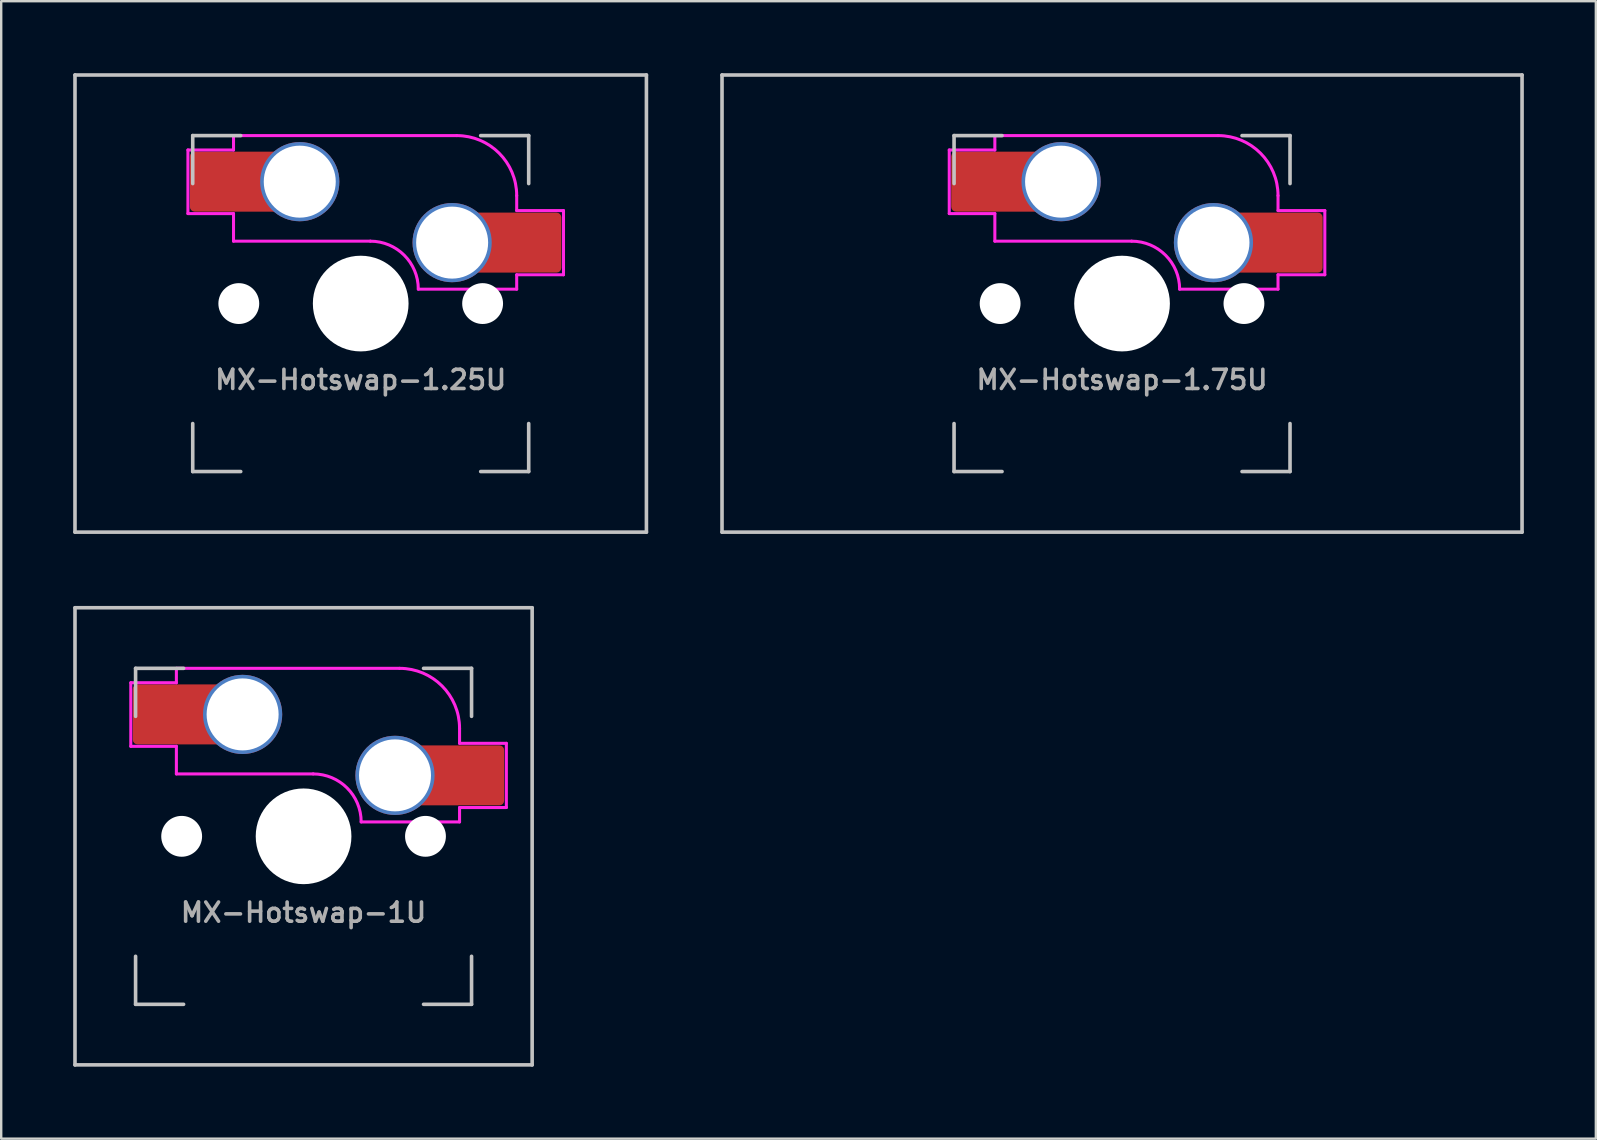
<source format=kicad_pcb>
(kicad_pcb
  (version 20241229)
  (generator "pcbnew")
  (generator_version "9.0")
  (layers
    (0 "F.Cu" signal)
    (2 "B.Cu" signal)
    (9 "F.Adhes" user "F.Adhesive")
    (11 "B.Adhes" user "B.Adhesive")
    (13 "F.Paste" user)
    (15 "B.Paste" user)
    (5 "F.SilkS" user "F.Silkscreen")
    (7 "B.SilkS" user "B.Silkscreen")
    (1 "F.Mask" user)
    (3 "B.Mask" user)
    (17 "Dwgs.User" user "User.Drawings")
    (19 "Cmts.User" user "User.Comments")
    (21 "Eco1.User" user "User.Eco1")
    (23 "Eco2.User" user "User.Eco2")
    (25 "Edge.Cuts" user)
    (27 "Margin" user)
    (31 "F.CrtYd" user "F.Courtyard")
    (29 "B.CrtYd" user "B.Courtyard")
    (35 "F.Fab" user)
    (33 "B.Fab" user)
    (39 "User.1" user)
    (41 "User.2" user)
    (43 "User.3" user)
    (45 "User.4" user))
  (footprint "MX-Hotswap-1.75U"
    (layer "F.Cu")
    (at 43.706 9.6)
    (property "Reference" "MX-Hotswap-1.75U" (at 0 3.175 0) (layer "F.Fab") (effects (font (size 0.8 0.8) (thickness 0.15))))
    (attr smd)
    (fp_line (start -16.669 9.525) (end -16.669 -9.525) (stroke (width 0.15) (type solid)) (layer "Dwgs.User"))
    (fp_line (start -7 -7) (end -5 -7) (stroke (width 0.15) (type solid)) (layer "Dwgs.User"))
    (fp_line (start -7 -5) (end -7 -7) (stroke (width 0.15) (type solid)) (layer "Dwgs.User"))
    (fp_line (start -7 5) (end -7 7) (stroke (width 0.15) (type solid)) (layer "Dwgs.User"))
    (fp_line (start -7 7) (end -5 7) (stroke (width 0.15) (type solid)) (layer "Dwgs.User"))
    (fp_line (start 5 7) (end 7 7) (stroke (width 0.15) (type solid)) (layer "Dwgs.User"))
    (fp_line (start 7 -7) (end 5 -7) (stroke (width 0.15) (type solid)) (layer "Dwgs.User"))
    (fp_line (start 7 -5) (end 7 -7) (stroke (width 0.15) (type solid)) (layer "Dwgs.User"))
    (fp_line (start 7 7) (end 7 5) (stroke (width 0.15) (type solid)) (layer "Dwgs.User"))
    (fp_line (start 16.669 -9.525) (end -16.669 -9.525) (stroke (width 0.15) (type solid)) (layer "Dwgs.User"))
    (fp_line (start 16.669 9.525) (end -16.669 9.525) (stroke (width 0.15) (type solid)) (layer "Dwgs.User"))
    (fp_line (start 16.669 9.525) (end 16.669 -9.525) (stroke (width 0.15) (type solid)) (layer "Dwgs.User"))
    (fp_line (start -7.2 -6.4) (end -5.3 -6.4) (stroke (width 0.127) (type solid)) (layer "F.CrtYd"))
    (fp_line (start -7.2 -3.75) (end -7.2 -6.4) (stroke (width 0.127) (type solid)) (layer "F.CrtYd"))
    (fp_line (start -5.3 -6.4) (end -5.3 -7) (stroke (width 0.127) (type solid)) (layer "F.CrtYd"))
    (fp_line (start -5.3 -3.75) (end -7.2 -3.75) (stroke (width 0.127) (type solid)) (layer "F.CrtYd"))
    (fp_line (start -5.3 -3.75) (end -5.3 -2.6) (stroke (width 0.127) (type solid)) (layer "F.CrtYd"))
    (fp_line (start -5.3 -2.6) (end 0.4 -2.6) (stroke (width 0.127) (type solid)) (layer "F.CrtYd"))
    (fp_line (start 2.4 -0.6) (end 6.5 -0.6) (stroke (width 0.127) (type solid)) (layer "F.CrtYd"))
    (fp_line (start 4 -7) (end -5.3 -7) (stroke (width 0.127) (type solid)) (layer "F.CrtYd"))
    (fp_line (start 6.5 -3.875) (end 6.5 -4.5) (stroke (width 0.127) (type solid)) (layer "F.CrtYd"))
    (fp_line (start 6.5 -1.2) (end 6.5 -0.6) (stroke (width 0.127) (type solid)) (layer "F.CrtYd"))
    (fp_line (start 6.5 -1.2) (end 8.45 -1.2) (stroke (width 0.127) (type solid)) (layer "F.CrtYd"))
    (fp_line (start 8.45 -3.875) (end 6.5 -3.875) (stroke (width 0.127) (type solid)) (layer "F.CrtYd"))
    (fp_line (start 8.45 -1.2) (end 8.45 -3.875) (stroke (width 0.127) (type solid)) (layer "F.CrtYd"))
    (fp_arc (start 0.4 -2.6) (mid 1.814214 -2.014214) (end 2.4 -0.6) (stroke (width 0.127) (type solid)) (layer "F.CrtYd"))
    (fp_arc (start 4 -7) (mid 5.767767 -6.267767) (end 6.5 -4.5) (stroke (width 0.127) (type solid)) (layer "F.CrtYd"))
    (pad "" np_thru_hole circle (at -5.08 0 311.901) (size 1.702 1.702) (drill 1.702) (layers "*.Cu" "*.Mask"))
    (pad "" np_thru_hole circle (at 0 0) (size 3.988 3.988) (drill 3.988) (layers "*.Cu" "*.Mask"))
    (pad "" np_thru_hole circle (at 5.08 0 311.901) (size 1.702 1.702) (drill 1.702) (layers "*.Cu" "*.Mask"))
    (pad "1" thru_hole circle (at 3.81 -2.54) (size 3.3 3.3) (drill 3) (layers "*.Cu" "*.Mask"))
    (pad "1" smd roundrect (at 6.18 -2.54) (size 4.36 2.5) (layers "F.Cu" "F.Mask" "F.Paste") (roundrect_rratio 0.08))
    (pad "2" smd roundrect (at -5.059 -5.08) (size 4.117 2.5) (layers "F.Cu" "F.Mask" "F.Paste") (roundrect_rratio 0.08))
    (pad "2" thru_hole circle (at -2.54 -5.08 90) (size 3.3 3.3) (drill 3) (layers "*.Cu" "*.Mask")))
  (footprint "MX-Hotswap-1U"
    (layer "F.Cu")
    (at 9.6 31.8)
    (property "Reference" "MX-Hotswap-1U" (at 0 3.175 0) (layer "F.Fab") (effects (font (size 0.8 0.8) (thickness 0.15))))
    (attr smd)
    (fp_line (start -9.525 9.525) (end -9.525 -9.525) (stroke (width 0.15) (type solid)) (layer "Dwgs.User"))
    (fp_line (start -7 -7) (end -5 -7) (stroke (width 0.15) (type solid)) (layer "Dwgs.User"))
    (fp_line (start -7 -5) (end -7 -7) (stroke (width 0.15) (type solid)) (layer "Dwgs.User"))
    (fp_line (start -7 5) (end -7 7) (stroke (width 0.15) (type solid)) (layer "Dwgs.User"))
    (fp_line (start -7 7) (end -5 7) (stroke (width 0.15) (type solid)) (layer "Dwgs.User"))
    (fp_line (start 5 7) (end 7 7) (stroke (width 0.15) (type solid)) (layer "Dwgs.User"))
    (fp_line (start 7 -7) (end 5 -7) (stroke (width 0.15) (type solid)) (layer "Dwgs.User"))
    (fp_line (start 7 -5) (end 7 -7) (stroke (width 0.15) (type solid)) (layer "Dwgs.User"))
    (fp_line (start 7 7) (end 7 5) (stroke (width 0.15) (type solid)) (layer "Dwgs.User"))
    (fp_line (start 9.525 -9.525) (end -9.525 -9.525) (stroke (width 0.15) (type solid)) (layer "Dwgs.User"))
    (fp_line (start 9.525 9.525) (end -9.525 9.525) (stroke (width 0.15) (type solid)) (layer "Dwgs.User"))
    (fp_line (start 9.525 9.525) (end 9.525 -9.525) (stroke (width 0.15) (type solid)) (layer "Dwgs.User"))
    (fp_line (start -7.2 -6.4) (end -5.3 -6.4) (stroke (width 0.127) (type solid)) (layer "F.CrtYd"))
    (fp_line (start -7.2 -3.75) (end -7.2 -6.4) (stroke (width 0.127) (type solid)) (layer "F.CrtYd"))
    (fp_line (start -5.3 -6.4) (end -5.3 -7) (stroke (width 0.127) (type solid)) (layer "F.CrtYd"))
    (fp_line (start -5.3 -3.75) (end -7.2 -3.75) (stroke (width 0.127) (type solid)) (layer "F.CrtYd"))
    (fp_line (start -5.3 -3.75) (end -5.3 -2.6) (stroke (width 0.127) (type solid)) (layer "F.CrtYd"))
    (fp_line (start -5.3 -2.6) (end 0.4 -2.6) (stroke (width 0.127) (type solid)) (layer "F.CrtYd"))
    (fp_line (start 2.4 -0.6) (end 6.5 -0.6) (stroke (width 0.127) (type solid)) (layer "F.CrtYd"))
    (fp_line (start 4 -7) (end -5.3 -7) (stroke (width 0.127) (type solid)) (layer "F.CrtYd"))
    (fp_line (start 6.5 -3.875) (end 6.5 -4.5) (stroke (width 0.127) (type solid)) (layer "F.CrtYd"))
    (fp_line (start 6.5 -1.2) (end 6.5 -0.6) (stroke (width 0.127) (type solid)) (layer "F.CrtYd"))
    (fp_line (start 6.5 -1.2) (end 8.45 -1.2) (stroke (width 0.127) (type solid)) (layer "F.CrtYd"))
    (fp_line (start 8.45 -3.875) (end 6.5 -3.875) (stroke (width 0.127) (type solid)) (layer "F.CrtYd"))
    (fp_line (start 8.45 -1.2) (end 8.45 -3.875) (stroke (width 0.127) (type solid)) (layer "F.CrtYd"))
    (fp_arc (start 0.4 -2.6) (mid 1.814214 -2.014214) (end 2.4 -0.6) (stroke (width 0.127) (type solid)) (layer "F.CrtYd"))
    (fp_arc (start 4 -7) (mid 5.767767 -6.267767) (end 6.5 -4.5) (stroke (width 0.127) (type solid)) (layer "F.CrtYd"))
    (pad "" np_thru_hole circle (at -5.08 0 311.901) (size 1.702 1.702) (drill 1.702) (layers "*.Cu" "*.Mask"))
    (pad "" np_thru_hole circle (at 0 0) (size 3.988 3.988) (drill 3.988) (layers "*.Cu" "*.Mask"))
    (pad "" np_thru_hole circle (at 5.08 0 311.901) (size 1.702 1.702) (drill 1.702) (layers "*.Cu" "*.Mask"))
    (pad "1" thru_hole circle (at 3.81 -2.54) (size 3.3 3.3) (drill 3) (layers "*.Cu" "*.Mask"))
    (pad "1" smd roundrect (at 6.43 -2.54) (size 3.86 2.5) (layers "F.Cu" "F.Mask" "F.Paste") (roundrect_rratio 0.08))
    (pad "2" smd roundrect (at -5.059 -5.08) (size 4.117 2.5) (layers "F.Cu" "F.Mask" "F.Paste") (roundrect_rratio 0.08))
    (pad "2" thru_hole circle (at -2.54 -5.08) (size 3.3 3.3) (drill 3) (layers "*.Cu" "*.Mask")))
  (footprint "MX-Hotswap-1.25U"
    (layer "F.Cu")
    (at 11.981 9.6)
    (property "Reference" "MX-Hotswap-1.25U" (at 0 3.175 0) (layer "F.Fab") (effects (font (size 0.8 0.8) (thickness 0.15))))
    (attr smd)
    (fp_line (start -11.906 9.525) (end -11.906 -9.525) (stroke (width 0.15) (type solid)) (layer "Dwgs.User"))
    (fp_line (start -7 -7) (end -5 -7) (stroke (width 0.15) (type solid)) (layer "Dwgs.User"))
    (fp_line (start -7 -5) (end -7 -7) (stroke (width 0.15) (type solid)) (layer "Dwgs.User"))
    (fp_line (start -7 5) (end -7 7) (stroke (width 0.15) (type solid)) (layer "Dwgs.User"))
    (fp_line (start -7 7) (end -5 7) (stroke (width 0.15) (type solid)) (layer "Dwgs.User"))
    (fp_line (start 5 7) (end 7 7) (stroke (width 0.15) (type solid)) (layer "Dwgs.User"))
    (fp_line (start 7 -7) (end 5 -7) (stroke (width 0.15) (type solid)) (layer "Dwgs.User"))
    (fp_line (start 7 -5) (end 7 -7) (stroke (width 0.15) (type solid)) (layer "Dwgs.User"))
    (fp_line (start 7 7) (end 7 5) (stroke (width 0.15) (type solid)) (layer "Dwgs.User"))
    (fp_line (start 11.906 -9.525) (end -11.906 -9.525) (stroke (width 0.15) (type solid)) (layer "Dwgs.User"))
    (fp_line (start 11.906 9.525) (end -11.906 9.525) (stroke (width 0.15) (type solid)) (layer "Dwgs.User"))
    (fp_line (start 11.906 9.525) (end 11.906 -9.525) (stroke (width 0.15) (type solid)) (layer "Dwgs.User"))
    (fp_line (start -7.2 -6.4) (end -5.3 -6.4) (stroke (width 0.127) (type solid)) (layer "F.CrtYd"))
    (fp_line (start -7.2 -3.75) (end -7.2 -6.4) (stroke (width 0.127) (type solid)) (layer "F.CrtYd"))
    (fp_line (start -5.3 -6.4) (end -5.3 -7) (stroke (width 0.127) (type solid)) (layer "F.CrtYd"))
    (fp_line (start -5.3 -3.75) (end -7.2 -3.75) (stroke (width 0.127) (type solid)) (layer "F.CrtYd"))
    (fp_line (start -5.3 -3.75) (end -5.3 -2.6) (stroke (width 0.127) (type solid)) (layer "F.CrtYd"))
    (fp_line (start -5.3 -2.6) (end 0.4 -2.6) (stroke (width 0.127) (type solid)) (layer "F.CrtYd"))
    (fp_line (start 2.4 -0.6) (end 6.5 -0.6) (stroke (width 0.127) (type solid)) (layer "F.CrtYd"))
    (fp_line (start 4 -7) (end -5.3 -7) (stroke (width 0.127) (type solid)) (layer "F.CrtYd"))
    (fp_line (start 6.5 -3.875) (end 6.5 -4.5) (stroke (width 0.127) (type solid)) (layer "F.CrtYd"))
    (fp_line (start 6.5 -1.2) (end 6.5 -0.6) (stroke (width 0.127) (type solid)) (layer "F.CrtYd"))
    (fp_line (start 6.5 -1.2) (end 8.45 -1.2) (stroke (width 0.127) (type solid)) (layer "F.CrtYd"))
    (fp_line (start 8.45 -3.875) (end 6.5 -3.875) (stroke (width 0.127) (type solid)) (layer "F.CrtYd"))
    (fp_line (start 8.45 -1.2) (end 8.45 -3.875) (stroke (width 0.127) (type solid)) (layer "F.CrtYd"))
    (fp_arc (start 0.4 -2.6) (mid 1.814214 -2.014214) (end 2.4 -0.6) (stroke (width 0.127) (type solid)) (layer "F.CrtYd"))
    (fp_arc (start 4 -7) (mid 5.767767 -6.267767) (end 6.5 -4.5) (stroke (width 0.127) (type solid)) (layer "F.CrtYd"))
    (pad "" np_thru_hole circle (at -5.08 0 311.901) (size 1.702 1.702) (drill 1.702) (layers "*.Cu" "*.Mask"))
    (pad "" thru_hole circle (at -2.54 -5.08) (size 3.3 3.3) (drill 3) (layers "*.Cu" "*.Mask"))
    (pad "" np_thru_hole circle (at 0 0) (size 3.988 3.988) (drill 3.988) (layers "*.Cu" "*.Mask"))
    (pad "" np_thru_hole circle (at 5.08 0 311.901) (size 1.702 1.702) (drill 1.702) (layers "*.Cu" "*.Mask"))
    (pad "1" thru_hole circle (at 3.81 -2.54) (size 3.3 3.3) (drill 3) (layers "*.Cu" "*.Mask"))
    (pad "1" smd roundrect (at 6.43 -2.54) (size 3.86 2.5) (layers "F.Cu" "F.Mask" "F.Paste") (roundrect_rratio 0.08))
    (pad "2" smd roundrect (at -5.059 -5.08) (size 4.117 2.5) (layers "F.Cu" "F.Mask" "F.Paste") (roundrect_rratio 0.08)))
  (gr_rect
    (start -3 -3)
    (end 63.45 44.4)
    (stroke (width 0.1) (type default))
    (fill no)
    (layer "Edge.Cuts")))
</source>
